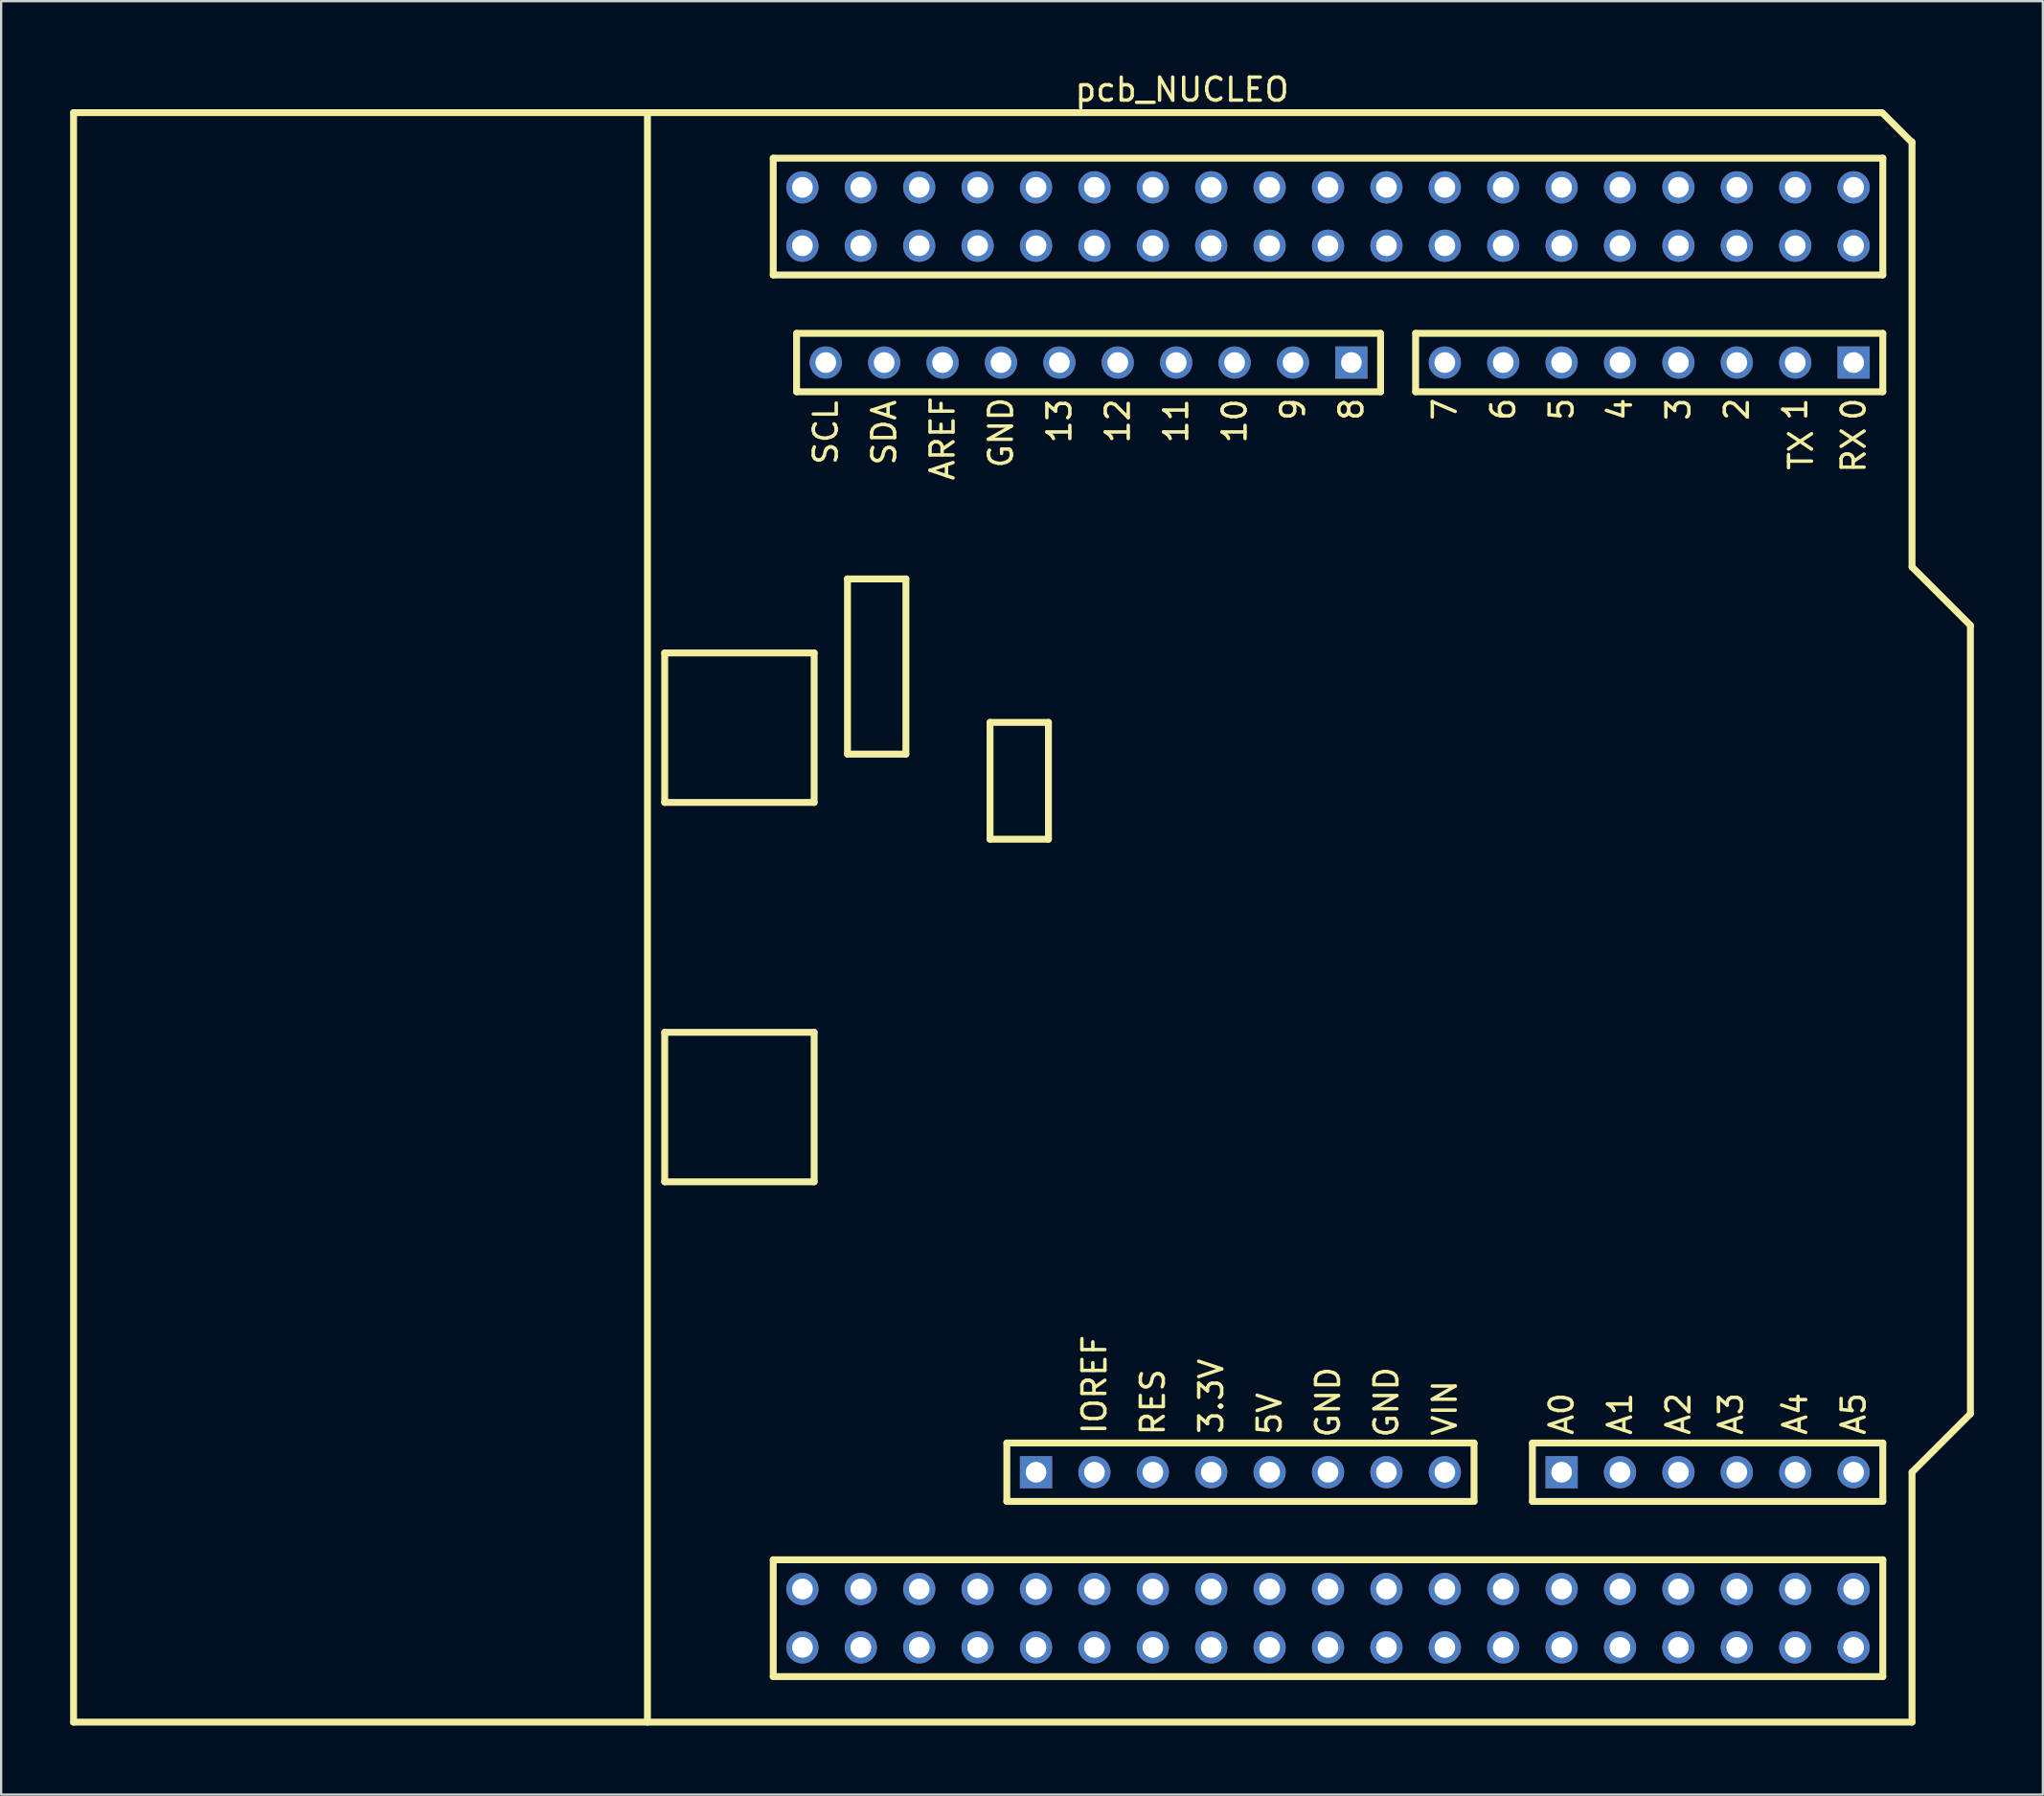
<source format=kicad_pcb>
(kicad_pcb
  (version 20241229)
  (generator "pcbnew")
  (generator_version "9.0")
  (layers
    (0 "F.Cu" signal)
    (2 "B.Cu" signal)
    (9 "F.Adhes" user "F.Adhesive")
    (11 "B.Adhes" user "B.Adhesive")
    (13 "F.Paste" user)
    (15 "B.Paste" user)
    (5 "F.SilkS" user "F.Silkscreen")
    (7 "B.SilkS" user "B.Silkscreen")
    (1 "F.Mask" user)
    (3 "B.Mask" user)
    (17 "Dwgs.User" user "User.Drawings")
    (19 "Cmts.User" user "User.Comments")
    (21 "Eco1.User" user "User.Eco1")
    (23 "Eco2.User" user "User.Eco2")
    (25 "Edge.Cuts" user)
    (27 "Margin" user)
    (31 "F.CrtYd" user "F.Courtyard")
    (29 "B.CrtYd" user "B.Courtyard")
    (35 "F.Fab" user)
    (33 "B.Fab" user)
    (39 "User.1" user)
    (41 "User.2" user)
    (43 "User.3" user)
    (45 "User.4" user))
  (footprint "pcb_NUCLEO"
    (layer "F.Cu")
    (at 48.36 36.848)
    (property "Reference" "pcb_NUCLEO" (at 0 -36 0) (layer "F.SilkS") (effects (font (size 1 1) (thickness 0.15))))
    (attr through_hole)
    (fp_line (start -48.21 -35) (end -48.21 35) (stroke (width 0.3) (type solid)) (layer "F.SilkS"))
    (fp_line (start -48.21 -35) (end 30.44 -35) (stroke (width 0.3) (type solid)) (layer "F.SilkS"))
    (fp_line (start -48.21 35) (end 31.75 35) (stroke (width 0.3) (type solid)) (layer "F.SilkS"))
    (fp_line (start -23.25 -35) (end -23.25 35) (stroke (width 0.3) (type solid)) (layer "F.SilkS"))
    (fp_line (start -22.5 -5) (end -22.5 -11.5) (stroke (width 0.3) (type solid)) (layer "F.SilkS"))
    (fp_line (start -22.5 -5) (end -16 -5) (stroke (width 0.3) (type solid)) (layer "F.SilkS"))
    (fp_line (start -22.5 5) (end -22.5 11.5) (stroke (width 0.3) (type solid)) (layer "F.SilkS"))
    (fp_line (start -22.5 11.5) (end -16 11.5) (stroke (width 0.3) (type solid)) (layer "F.SilkS"))
    (fp_line (start -17.78 -33.02) (end -17.78 -27.94) (stroke (width 0.3) (type solid)) (layer "F.SilkS"))
    (fp_line (start -17.78 -27.94) (end 30.48 -27.94) (stroke (width 0.3) (type solid)) (layer "F.SilkS"))
    (fp_line (start -17.78 27.94) (end -17.78 33.02) (stroke (width 0.3) (type solid)) (layer "F.SilkS"))
    (fp_line (start -17.78 33.02) (end 30.48 33.02) (stroke (width 0.3) (type solid)) (layer "F.SilkS"))
    (fp_line (start -16.764 -25.4) (end -16.764 -22.86) (stroke (width 0.3) (type solid)) (layer "F.SilkS"))
    (fp_line (start -16.764 -22.86) (end 8.636 -22.86) (stroke (width 0.3) (type solid)) (layer "F.SilkS"))
    (fp_line (start -16 -11.5) (end -22.5 -11.5) (stroke (width 0.3) (type solid)) (layer "F.SilkS"))
    (fp_line (start -16 -5) (end -16 -11.5) (stroke (width 0.3) (type solid)) (layer "F.SilkS"))
    (fp_line (start -16 5) (end -22.5 5) (stroke (width 0.3) (type solid)) (layer "F.SilkS"))
    (fp_line (start -16 5) (end -16 11.5) (stroke (width 0.3) (type solid)) (layer "F.SilkS"))
    (fp_line (start -14.55 -7.1) (end -14.55 -14.72) (stroke (width 0.3) (type solid)) (layer "F.SilkS"))
    (fp_line (start -12.01 -14.72) (end -14.555 -14.72) (stroke (width 0.3) (type solid)) (layer "F.SilkS"))
    (fp_line (start -12.01 -7.1) (end -14.55 -7.1) (stroke (width 0.3) (type solid)) (layer "F.SilkS"))
    (fp_line (start -12.01 -7.1) (end -12.01 -14.72) (stroke (width 0.3) (type solid)) (layer "F.SilkS"))
    (fp_line (start -8.35 -8.48) (end -8.35 -3.4) (stroke (width 0.3) (type solid)) (layer "F.SilkS"))
    (fp_line (start -8.35 -8.48) (end -5.81 -8.48) (stroke (width 0.3) (type solid)) (layer "F.SilkS"))
    (fp_line (start -8.35 -3.4) (end -5.81 -3.4) (stroke (width 0.3) (type solid)) (layer "F.SilkS"))
    (fp_line (start -7.62 22.86) (end -7.62 25.4) (stroke (width 0.3) (type solid)) (layer "F.SilkS"))
    (fp_line (start -7.62 25.4) (end 12.7 25.4) (stroke (width 0.3) (type solid)) (layer "F.SilkS"))
    (fp_line (start -5.81 -3.4) (end -5.81 -8.48) (stroke (width 0.3) (type solid)) (layer "F.SilkS"))
    (fp_line (start 8.636 -25.4) (end -16.764 -25.4) (stroke (width 0.3) (type solid)) (layer "F.SilkS"))
    (fp_line (start 8.636 -22.86) (end 8.636 -25.4) (stroke (width 0.3) (type solid)) (layer "F.SilkS"))
    (fp_line (start 10.16 -25.4) (end 10.16 -22.86) (stroke (width 0.3) (type solid)) (layer "F.SilkS"))
    (fp_line (start 10.16 -22.86) (end 30.48 -22.86) (stroke (width 0.3) (type solid)) (layer "F.SilkS"))
    (fp_line (start 12.7 22.86) (end -7.62 22.86) (stroke (width 0.3) (type solid)) (layer "F.SilkS"))
    (fp_line (start 12.7 25.4) (end 12.7 22.86) (stroke (width 0.3) (type solid)) (layer "F.SilkS"))
    (fp_line (start 15.24 22.86) (end 30.48 22.86) (stroke (width 0.3) (type solid)) (layer "F.SilkS"))
    (fp_line (start 15.24 25.4) (end 15.24 22.86) (stroke (width 0.3) (type solid)) (layer "F.SilkS"))
    (fp_line (start 30.48 -34.97) (end 31.75 -33.7) (stroke (width 0.3) (type solid)) (layer "F.SilkS"))
    (fp_line (start 30.48 -33.02) (end -17.78 -33.02) (stroke (width 0.3) (type solid)) (layer "F.SilkS"))
    (fp_line (start 30.48 -27.94) (end 30.48 -33.02) (stroke (width 0.3) (type solid)) (layer "F.SilkS"))
    (fp_line (start 30.48 -25.4) (end 10.16 -25.4) (stroke (width 0.3) (type solid)) (layer "F.SilkS"))
    (fp_line (start 30.48 -22.86) (end 30.48 -25.4) (stroke (width 0.3) (type solid)) (layer "F.SilkS"))
    (fp_line (start 30.48 22.86) (end 30.48 25.4) (stroke (width 0.3) (type solid)) (layer "F.SilkS"))
    (fp_line (start 30.48 25.4) (end 15.24 25.4) (stroke (width 0.3) (type solid)) (layer "F.SilkS"))
    (fp_line (start 30.48 27.94) (end -17.78 27.94) (stroke (width 0.3) (type solid)) (layer "F.SilkS"))
    (fp_line (start 30.48 33.02) (end 30.48 27.94) (stroke (width 0.3) (type solid)) (layer "F.SilkS"))
    (fp_line (start 31.75 -33.73) (end 31.75 -15.24) (stroke (width 0.3) (type solid)) (layer "F.SilkS"))
    (fp_line (start 31.75 -15.24) (end 34.29 -12.7) (stroke (width 0.3) (type solid)) (layer "F.SilkS"))
    (fp_line (start 31.75 24.13) (end 34.29 21.59) (stroke (width 0.3) (type solid)) (layer "F.SilkS"))
    (fp_line (start 31.75 35) (end 31.75 24.13) (stroke (width 0.3) (type solid)) (layer "F.SilkS"))
    (fp_line (start 34.29 21.59) (end 34.29 -12.7) (stroke (width 0.3) (type solid)) (layer "F.SilkS"))
    (fp_text user "IOREF" (at -3.81 20.32 90) (layer "F.SilkS") (effects (font (size 1 1) (thickness 0.15))))
    (fp_text user "VIN" (at 11.43 21.336 90) (layer "F.SilkS") (effects (font (size 1 1) (thickness 0.15))))
    (fp_text user "3" (at 21.59 -22.098 90) (layer "F.SilkS") (effects (font (size 1 1) (thickness 0.15))))
    (fp_text user "A5" (at 29.21 21.59 90) (layer "F.SilkS") (effects (font (size 1 1) (thickness 0.15))))
    (fp_text user "0" (at 29.21 -22.098 90) (layer "F.SilkS") (effects (font (size 1 1) (thickness 0.15))))
    (fp_text user "A2" (at 21.59 21.59 90) (layer "F.SilkS") (effects (font (size 1 1) (thickness 0.15))))
    (fp_text user "5" (at 16.51 -22.098 90) (layer "F.SilkS") (effects (font (size 1 1) (thickness 0.15))))
    (fp_text user "SDA" (at -12.954 -21.082 90) (layer "F.SilkS") (effects (font (size 1 1) (thickness 0.15))))
    (fp_text user "GND" (at 8.89 21.082 90) (layer "F.SilkS") (effects (font (size 1 1) (thickness 0.15))))
    (fp_text user "A3" (at 23.876 21.59 90) (layer "F.SilkS") (effects (font (size 1 1) (thickness 0.15))))
    (fp_text user "9" (at 4.826 -22.098 90) (layer "F.SilkS") (effects (font (size 1 1) (thickness 0.15))))
    (fp_text user "6" (at 13.97 -22.098 90) (layer "F.SilkS") (effects (font (size 1 1) (thickness 0.15))))
    (fp_text user "5V" (at 3.81 21.59 90) (layer "F.SilkS") (effects (font (size 1 1) (thickness 0.15))))
    (fp_text user "7" (at 11.43 -22.098 90) (layer "F.SilkS") (effects (font (size 1 1) (thickness 0.15))))
    (fp_text user "SCL" (at -15.494 -21.082 90) (layer "F.SilkS") (effects (font (size 1 1) (thickness 0.15))))
    (fp_text user "GND" (at 6.35 21.082 90) (layer "F.SilkS") (effects (font (size 1 1) (thickness 0.15))))
    (fp_text user "8" (at 7.366 -22.098 90) (layer "F.SilkS") (effects (font (size 1 1) (thickness 0.15))))
    (fp_text user "1" (at 26.67 -22.098 90) (layer "F.SilkS") (effects (font (size 1 1) (thickness 0.15))))
    (fp_text user "A0" (at 16.51 21.59 90) (layer "F.SilkS") (effects (font (size 1 1) (thickness 0.15))))
    (fp_text user "12" (at -2.794 -21.59 90) (layer "F.SilkS") (effects (font (size 1 1) (thickness 0.15))))
    (fp_text user "4" (at 19.05 -22.098 90) (layer "F.SilkS") (effects (font (size 1 1) (thickness 0.15))))
    (fp_text user "3.3V" (at 1.27 20.828 90) (layer "F.SilkS") (effects (font (size 1 1) (thickness 0.15))))
    (fp_text user "10" (at 2.286 -21.59 90) (layer "F.SilkS") (effects (font (size 1 1) (thickness 0.15))))
    (fp_text user "TX" (at 26.924 -20.32 90) (layer "F.SilkS") (effects (font (size 1 1) (thickness 0.15))))
    (fp_text user "A4" (at 26.67 21.59 90) (layer "F.SilkS") (effects (font (size 1 1) (thickness 0.15))))
    (fp_text user "AREF" (at -10.414 -20.828 90) (layer "F.SilkS") (effects (font (size 1 1) (thickness 0.15))))
    (fp_text user "2" (at 24.13 -22.098 90) (layer "F.SilkS") (effects (font (size 1 1) (thickness 0.15))))
    (fp_text user "A1" (at 19.05 21.59 90) (layer "F.SilkS") (effects (font (size 1 1) (thickness 0.15))))
    (fp_text user "GND" (at -7.874 -21.082 90) (layer "F.SilkS") (effects (font (size 1 1) (thickness 0.15))))
    (fp_text user "13" (at -5.334 -21.59 90) (layer "F.SilkS") (effects (font (size 1 1) (thickness 0.15))))
    (fp_text user "RX" (at 29.21 -20.32 90) (layer "F.SilkS") (effects (font (size 1 1) (thickness 0.15))))
    (fp_text user "11" (at -0.254 -21.59 90) (layer "F.SilkS") (effects (font (size 1 1) (thickness 0.15))))
    (fp_text user "RES" (at -1.27 21.082 90) (layer "F.SilkS") (effects (font (size 1 1) (thickness 0.15))))
    (pad "1" thru_hole rect (at -6.35 24.13) (size 1.4 1.4) (drill 0.9) (layers "*.Cu" "*.Mask"))
    (pad "2" thru_hole circle (at -3.81 24.13) (size 1.4 1.4) (drill 0.9) (layers "*.Cu" "*.Mask"))
    (pad "3" thru_hole circle (at -1.27 24.13) (size 1.4 1.4) (drill 0.9) (layers "*.Cu" "*.Mask"))
    (pad "4" thru_hole circle (at 1.27 24.13) (size 1.4 1.4) (drill 0.9) (layers "*.Cu" "*.Mask"))
    (pad "5" thru_hole circle (at 3.81 24.13) (size 1.4 1.4) (drill 0.9) (layers "*.Cu" "*.Mask"))
    (pad "6" thru_hole circle (at 6.35 24.13) (size 1.4 1.4) (drill 0.9) (layers "*.Cu" "*.Mask"))
    (pad "7" thru_hole circle (at 8.89 24.13) (size 1.4 1.4) (drill 0.9) (layers "*.Cu" "*.Mask"))
    (pad "8" thru_hole circle (at 11.43 24.13) (size 1.4 1.4) (drill 0.9) (layers "*.Cu" "*.Mask"))
    (pad "9" thru_hole rect (at 16.51 24.13) (size 1.4 1.4) (drill 0.9) (layers "*.Cu" "*.Mask"))
    (pad "10" thru_hole circle (at 19.05 24.13) (size 1.4 1.4) (drill 0.9) (layers "*.Cu" "*.Mask"))
    (pad "11" thru_hole circle (at 21.59 24.13) (size 1.4 1.4) (drill 0.9) (layers "*.Cu" "*.Mask"))
    (pad "12" thru_hole circle (at 24.13 24.13) (size 1.4 1.4) (drill 0.9) (layers "*.Cu" "*.Mask"))
    (pad "13" thru_hole circle (at 26.67 24.13) (size 1.4 1.4) (drill 0.9) (layers "*.Cu" "*.Mask"))
    (pad "14" thru_hole circle (at 29.21 24.13) (size 1.4 1.4) (drill 0.9) (layers "*.Cu" "*.Mask"))
    (pad "15" thru_hole rect (at 29.21 -24.13) (size 1.4 1.4) (drill 0.9) (layers "*.Cu" "*.Mask"))
    (pad "16" thru_hole circle (at 26.67 -24.13) (size 1.4 1.4) (drill 0.9) (layers "*.Cu" "*.Mask"))
    (pad "17" thru_hole circle (at 24.13 -24.13) (size 1.4 1.4) (drill 0.9) (layers "*.Cu" "*.Mask"))
    (pad "18" thru_hole circle (at 21.59 -24.13) (size 1.4 1.4) (drill 0.9) (layers "*.Cu" "*.Mask"))
    (pad "19" thru_hole circle (at 19.05 -24.13) (size 1.4 1.4) (drill 0.9) (layers "*.Cu" "*.Mask"))
    (pad "20" thru_hole circle (at 16.51 -24.13) (size 1.4 1.4) (drill 0.9) (layers "*.Cu" "*.Mask"))
    (pad "21" thru_hole circle (at 13.97 -24.13) (size 1.4 1.4) (drill 0.9) (layers "*.Cu" "*.Mask"))
    (pad "22" thru_hole circle (at 11.43 -24.13) (size 1.4 1.4) (drill 0.9) (layers "*.Cu" "*.Mask"))
    (pad "23" thru_hole rect (at 7.366 -24.13) (size 1.4 1.4) (drill 0.9) (layers "*.Cu" "*.Mask"))
    (pad "24" thru_hole circle (at 4.826 -24.13) (size 1.4 1.4) (drill 0.9) (layers "*.Cu" "*.Mask"))
    (pad "25" thru_hole circle (at 2.286 -24.13) (size 1.4 1.4) (drill 0.9) (layers "*.Cu" "*.Mask"))
    (pad "26" thru_hole circle (at -0.254 -24.13) (size 1.4 1.4) (drill 0.9) (layers "*.Cu" "*.Mask"))
    (pad "27" thru_hole circle (at -2.794 -24.13) (size 1.4 1.4) (drill 0.9) (layers "*.Cu" "*.Mask"))
    (pad "28" thru_hole circle (at -5.334 -24.13) (size 1.4 1.4) (drill 0.9) (layers "*.Cu" "*.Mask"))
    (pad "29" thru_hole circle (at -7.874 -24.13) (size 1.4 1.4) (drill 0.9) (layers "*.Cu" "*.Mask"))
    (pad "30" thru_hole circle (at -10.414 -24.13) (size 1.4 1.4) (drill 0.9) (layers "*.Cu" "*.Mask"))
    (pad "31" thru_hole circle (at -12.954 -24.13) (size 1.4 1.4) (drill 0.9) (layers "*.Cu" "*.Mask"))
    (pad "32" thru_hole circle (at -15.494 -24.13) (size 1.4 1.4) (drill 0.9) (layers "*.Cu" "*.Mask"))
    (pad "34" thru_hole circle (at -16.51 31.75) (size 1.4 1.4) (drill 0.9) (layers "*.Cu" "*.Mask"))
    (pad "35" thru_hole circle (at -16.51 29.21) (size 1.4 1.4) (drill 0.9) (layers "*.Cu" "*.Mask"))
    (pad "36" thru_hole circle (at -13.97 31.75) (size 1.4 1.4) (drill 0.9) (layers "*.Cu" "*.Mask"))
    (pad "37" thru_hole circle (at -13.97 29.21) (size 1.4 1.4) (drill 0.9) (layers "*.Cu" "*.Mask"))
    (pad "38" thru_hole circle (at -11.43 31.75) (size 1.4 1.4) (drill 0.9) (layers "*.Cu" "*.Mask"))
    (pad "39" thru_hole circle (at -11.43 29.21) (size 1.4 1.4) (drill 0.9) (layers "*.Cu" "*.Mask"))
    (pad "40" thru_hole circle (at -8.89 31.75) (size 1.4 1.4) (drill 0.9) (layers "*.Cu" "*.Mask"))
    (pad "41" thru_hole circle (at -8.89 29.21) (size 1.4 1.4) (drill 0.9) (layers "*.Cu" "*.Mask"))
    (pad "42" thru_hole circle (at -6.35 31.75) (size 1.4 1.4) (drill 0.9) (layers "*.Cu" "*.Mask"))
    (pad "43" thru_hole circle (at -6.35 29.21) (size 1.4 1.4) (drill 0.9) (layers "*.Cu" "*.Mask"))
    (pad "44" thru_hole circle (at -3.81 31.75) (size 1.4 1.4) (drill 0.9) (layers "*.Cu" "*.Mask"))
    (pad "45" thru_hole circle (at -3.81 29.21) (size 1.4 1.4) (drill 0.9) (layers "*.Cu" "*.Mask"))
    (pad "46" thru_hole circle (at -1.27 31.75) (size 1.4 1.4) (drill 0.9) (layers "*.Cu" "*.Mask"))
    (pad "47" thru_hole circle (at -1.27 29.21) (size 1.4 1.4) (drill 0.9) (layers "*.Cu" "*.Mask"))
    (pad "48" thru_hole circle (at 1.27 31.75) (size 1.4 1.4) (drill 0.9) (layers "*.Cu" "*.Mask"))
    (pad "49" thru_hole circle (at 1.27 29.21) (size 1.4 1.4) (drill 0.9) (layers "*.Cu" "*.Mask"))
    (pad "50" thru_hole circle (at 3.81 31.75) (size 1.4 1.4) (drill 0.9) (layers "*.Cu" "*.Mask"))
    (pad "51" thru_hole circle (at 3.81 29.21) (size 1.4 1.4) (drill 0.9) (layers "*.Cu" "*.Mask"))
    (pad "52" thru_hole circle (at 6.35 31.75) (size 1.4 1.4) (drill 0.9) (layers "*.Cu" "*.Mask"))
    (pad "53" thru_hole circle (at 6.35 29.21) (size 1.4 1.4) (drill 0.9) (layers "*.Cu" "*.Mask"))
    (pad "54" thru_hole circle (at 8.89 31.75) (size 1.4 1.4) (drill 0.9) (layers "*.Cu" "*.Mask"))
    (pad "55" thru_hole circle (at 8.89 29.21) (size 1.4 1.4) (drill 0.9) (layers "*.Cu" "*.Mask"))
    (pad "56" thru_hole circle (at 11.43 31.75) (size 1.4 1.4) (drill 0.9) (layers "*.Cu" "*.Mask"))
    (pad "57" thru_hole circle (at 11.43 29.21) (size 1.4 1.4) (drill 0.9) (layers "*.Cu" "*.Mask"))
    (pad "58" thru_hole circle (at 13.97 31.75) (size 1.4 1.4) (drill 0.9) (layers "*.Cu" "*.Mask"))
    (pad "59" thru_hole circle (at 13.97 29.21) (size 1.4 1.4) (drill 0.9) (layers "*.Cu" "*.Mask"))
    (pad "60" thru_hole circle (at 16.51 31.75) (size 1.4 1.4) (drill 0.9) (layers "*.Cu" "*.Mask"))
    (pad "61" thru_hole circle (at 16.51 29.21) (size 1.4 1.4) (drill 0.9) (layers "*.Cu" "*.Mask"))
    (pad "62" thru_hole circle (at 19.05 31.75) (size 1.4 1.4) (drill 0.9) (layers "*.Cu" "*.Mask"))
    (pad "63" thru_hole circle (at 19.05 29.21) (size 1.4 1.4) (drill 0.9) (layers "*.Cu" "*.Mask"))
    (pad "64" thru_hole circle (at 21.59 31.75) (size 1.4 1.4) (drill 0.9) (layers "*.Cu" "*.Mask"))
    (pad "65" thru_hole circle (at 21.59 29.21) (size 1.4 1.4) (drill 0.9) (layers "*.Cu" "*.Mask"))
    (pad "66" thru_hole circle (at 24.13 31.75) (size 1.4 1.4) (drill 0.9) (layers "*.Cu" "*.Mask"))
    (pad "67" thru_hole circle (at 24.13 29.21) (size 1.4 1.4) (drill 0.9) (layers "*.Cu" "*.Mask"))
    (pad "68" thru_hole circle (at 26.67 31.75) (size 1.4 1.4) (drill 0.9) (layers "*.Cu" "*.Mask"))
    (pad "69" thru_hole circle (at 26.67 29.21) (size 1.4 1.4) (drill 0.9) (layers "*.Cu" "*.Mask"))
    (pad "70" thru_hole circle (at 29.21 31.75) (size 1.4 1.4) (drill 0.9) (layers "*.Cu" "*.Mask"))
    (pad "71" thru_hole circle (at 29.21 29.21) (size 1.4 1.4) (drill 0.9) (layers "*.Cu" "*.Mask"))
    (pad "72" thru_hole circle (at -16.51 -29.21) (size 1.4 1.4) (drill 0.9) (layers "*.Cu" "*.Mask"))
    (pad "73" thru_hole circle (at -16.51 -31.75) (size 1.4 1.4) (drill 0.9) (layers "*.Cu" "*.Mask"))
    (pad "74" thru_hole circle (at -13.97 -29.21) (size 1.4 1.4) (drill 0.9) (layers "*.Cu" "*.Mask"))
    (pad "75" thru_hole circle (at -13.97 -31.75) (size 1.4 1.4) (drill 0.9) (layers "*.Cu" "*.Mask"))
    (pad "76" thru_hole circle (at -11.43 -29.21) (size 1.4 1.4) (drill 0.9) (layers "*.Cu" "*.Mask"))
    (pad "77" thru_hole circle (at -11.43 -31.75) (size 1.4 1.4) (drill 0.9) (layers "*.Cu" "*.Mask"))
    (pad "78" thru_hole circle (at -8.89 -29.21) (size 1.4 1.4) (drill 0.9) (layers "*.Cu" "*.Mask"))
    (pad "79" thru_hole circle (at -8.89 -31.75) (size 1.4 1.4) (drill 0.9) (layers "*.Cu" "*.Mask"))
    (pad "80" thru_hole circle (at -6.35 -29.21) (size 1.4 1.4) (drill 0.9) (layers "*.Cu" "*.Mask"))
    (pad "81" thru_hole circle (at -6.35 -31.75) (size 1.4 1.4) (drill 0.9) (layers "*.Cu" "*.Mask"))
    (pad "82" thru_hole circle (at -3.81 -29.21) (size 1.4 1.4) (drill 0.9) (layers "*.Cu" "*.Mask"))
    (pad "83" thru_hole circle (at -3.81 -31.75) (size 1.4 1.4) (drill 0.9) (layers "*.Cu" "*.Mask"))
    (pad "84" thru_hole circle (at -1.27 -29.21) (size 1.4 1.4) (drill 0.9) (layers "*.Cu" "*.Mask"))
    (pad "85" thru_hole circle (at -1.27 -31.75) (size 1.4 1.4) (drill 0.9) (layers "*.Cu" "*.Mask"))
    (pad "86" thru_hole circle (at 1.27 -29.21) (size 1.4 1.4) (drill 0.9) (layers "*.Cu" "*.Mask"))
    (pad "87" thru_hole circle (at 1.27 -31.75) (size 1.4 1.4) (drill 0.9) (layers "*.Cu" "*.Mask"))
    (pad "88" thru_hole circle (at 3.81 -29.21) (size 1.4 1.4) (drill 0.9) (layers "*.Cu" "*.Mask"))
    (pad "89" thru_hole circle (at 3.81 -31.75) (size 1.4 1.4) (drill 0.9) (layers "*.Cu" "*.Mask"))
    (pad "90" thru_hole circle (at 6.35 -29.21) (size 1.4 1.4) (drill 0.9) (layers "*.Cu" "*.Mask"))
    (pad "91" thru_hole circle (at 6.35 -31.75) (size 1.4 1.4) (drill 0.9) (layers "*.Cu" "*.Mask"))
    (pad "92" thru_hole circle (at 8.89 -29.21) (size 1.4 1.4) (drill 0.9) (layers "*.Cu" "*.Mask"))
    (pad "93" thru_hole circle (at 8.89 -31.75) (size 1.4 1.4) (drill 0.9) (layers "*.Cu" "*.Mask"))
    (pad "94" thru_hole circle (at 11.43 -29.21) (size 1.4 1.4) (drill 0.9) (layers "*.Cu" "*.Mask"))
    (pad "95" thru_hole circle (at 11.43 -31.75) (size 1.4 1.4) (drill 0.9) (layers "*.Cu" "*.Mask"))
    (pad "96" thru_hole circle (at 13.97 -29.21) (size 1.4 1.4) (drill 0.9) (layers "*.Cu" "*.Mask"))
    (pad "97" thru_hole circle (at 13.97 -31.75) (size 1.4 1.4) (drill 0.9) (layers "*.Cu" "*.Mask"))
    (pad "98" thru_hole circle (at 16.51 -29.21) (size 1.4 1.4) (drill 0.9) (layers "*.Cu" "*.Mask"))
    (pad "99" thru_hole circle (at 16.51 -31.75) (size 1.4 1.4) (drill 0.9) (layers "*.Cu" "*.Mask"))
    (pad "100" thru_hole circle (at 19.05 -29.21) (size 1.4 1.4) (drill 0.9) (layers "*.Cu" "*.Mask"))
    (pad "101" thru_hole circle (at 19.05 -31.75) (size 1.4 1.4) (drill 0.9) (layers "*.Cu" "*.Mask"))
    (pad "102" thru_hole circle (at 21.59 -29.21) (size 1.4 1.4) (drill 0.9) (layers "*.Cu" "*.Mask"))
    (pad "103" thru_hole circle (at 21.59 -31.75) (size 1.4 1.4) (drill 0.9) (layers "*.Cu" "*.Mask"))
    (pad "104" thru_hole circle (at 24.13 -29.21) (size 1.4 1.4) (drill 0.9) (layers "*.Cu" "*.Mask"))
    (pad "105" thru_hole circle (at 24.13 -31.75) (size 1.4 1.4) (drill 0.9) (layers "*.Cu" "*.Mask"))
    (pad "106" thru_hole circle (at 26.67 -29.21) (size 1.4 1.4) (drill 0.9) (layers "*.Cu" "*.Mask"))
    (pad "107" thru_hole circle (at 26.67 -31.75) (size 1.4 1.4) (drill 0.9) (layers "*.Cu" "*.Mask"))
    (pad "108" thru_hole circle (at 29.21 -29.21) (size 1.4 1.4) (drill 0.9) (layers "*.Cu" "*.Mask"))
    (pad "109" thru_hole circle (at 29.21 -31.75) (size 1.4 1.4) (drill 0.9) (layers "*.Cu" "*.Mask")))
  (gr_rect
    (start -3 -3)
    (end 85.8 74.998)
    (stroke (width 0.1) (type default))
    (fill no)
    (layer "Edge.Cuts")))
</source>
